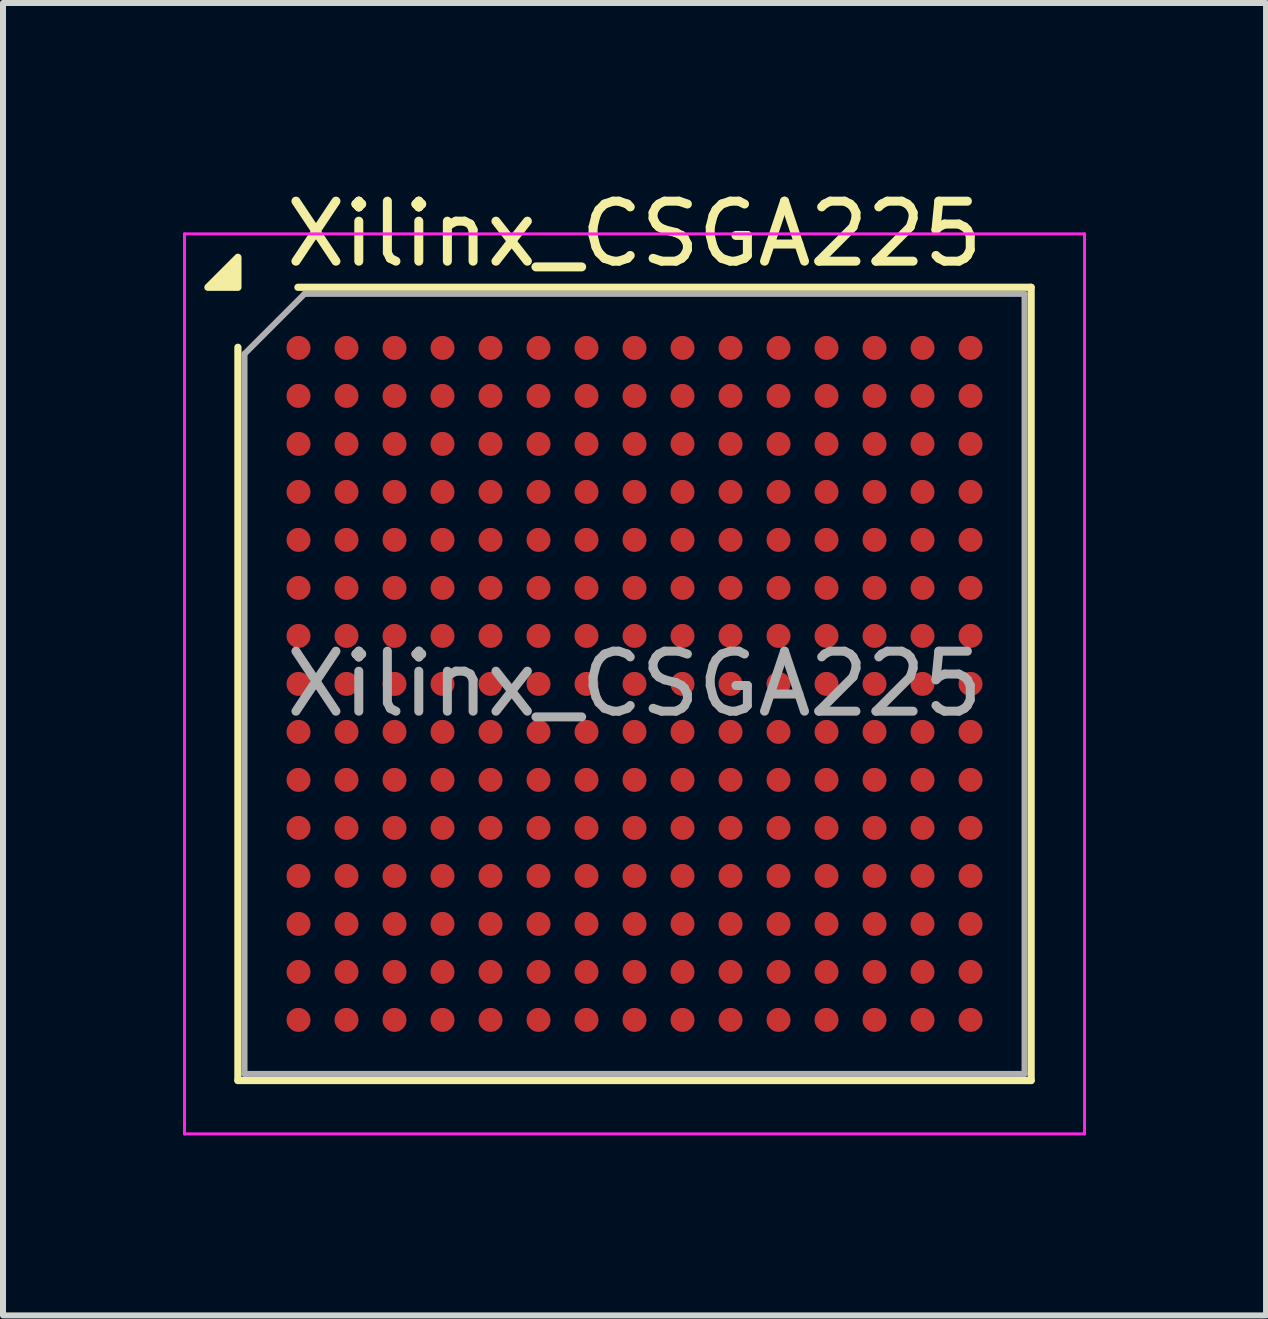
<source format=kicad_pcb>
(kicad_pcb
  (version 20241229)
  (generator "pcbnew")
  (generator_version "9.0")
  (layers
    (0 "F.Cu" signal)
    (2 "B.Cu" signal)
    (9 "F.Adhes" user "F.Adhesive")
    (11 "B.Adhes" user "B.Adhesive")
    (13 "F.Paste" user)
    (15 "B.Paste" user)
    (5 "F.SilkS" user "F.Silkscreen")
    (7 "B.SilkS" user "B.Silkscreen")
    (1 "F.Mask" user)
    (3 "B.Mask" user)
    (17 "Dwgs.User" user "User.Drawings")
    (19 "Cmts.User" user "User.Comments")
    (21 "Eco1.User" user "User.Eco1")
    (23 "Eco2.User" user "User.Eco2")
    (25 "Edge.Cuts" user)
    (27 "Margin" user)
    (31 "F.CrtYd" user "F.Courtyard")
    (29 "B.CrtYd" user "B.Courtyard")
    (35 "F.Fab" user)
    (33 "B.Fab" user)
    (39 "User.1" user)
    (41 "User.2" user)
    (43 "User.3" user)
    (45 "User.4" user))
  (footprint "Xilinx_CSGA225"
    (layer "F.Cu")
    (at 7.525 8.348)
    (property "Reference" "Xilinx_CSGA225" (at 0 -7.5 0) (layer "F.SilkS") (effects (font (size 1 1) (thickness 0.15))))
    (attr smd)
    (fp_line (start -6.61 6.61) (end -6.61 -5.61) (stroke (width 0.12) (type solid)) (layer "F.SilkS"))
    (fp_line (start -5.61 -6.61) (end 6.61 -6.61) (stroke (width 0.12) (type solid)) (layer "F.SilkS"))
    (fp_line (start 6.61 -6.61) (end 6.61 6.61) (stroke (width 0.12) (type solid)) (layer "F.SilkS"))
    (fp_line (start 6.61 6.61) (end -6.61 6.61) (stroke (width 0.12) (type solid)) (layer "F.SilkS"))
    (fp_poly (pts (xy -6.61 -6.61) (xy -7.11 -6.61) (xy -6.61 -7.11)) (stroke (width 0.12) (type solid)) (fill yes) (layer "F.SilkS"))
    (fp_line (start -7.5 -7.5) (end -7.5 7.5) (stroke (width 0.05) (type solid)) (layer "F.CrtYd"))
    (fp_line (start -7.5 7.5) (end 7.5 7.5) (stroke (width 0.05) (type solid)) (layer "F.CrtYd"))
    (fp_line (start 7.5 -7.5) (end -7.5 -7.5) (stroke (width 0.05) (type solid)) (layer "F.CrtYd"))
    (fp_line (start 7.5 7.5) (end 7.5 -7.5) (stroke (width 0.05) (type solid)) (layer "F.CrtYd"))
    (fp_line (start -6.5 -5.5) (end -5.5 -6.5) (stroke (width 0.1) (type solid)) (layer "F.Fab"))
    (fp_line (start -6.5 6.5) (end -6.5 -5.5) (stroke (width 0.1) (type solid)) (layer "F.Fab"))
    (fp_line (start -5.5 -6.5) (end 6.5 -6.5) (stroke (width 0.1) (type solid)) (layer "F.Fab"))
    (fp_line (start 6.5 -6.5) (end 6.5 6.5) (stroke (width 0.1) (type solid)) (layer "F.Fab"))
    (fp_line (start 6.5 6.5) (end -6.5 6.5) (stroke (width 0.1) (type solid)) (layer "F.Fab"))
    (fp_text user "${REFERENCE}" (at 0 0 0) (layer "F.Fab") (effects (font (size 1 1) (thickness 0.15))))
    (pad "A1" smd circle (at -5.6 -5.6) (size 0.4 0.4) (property pad_prop_bga) (layers "F.Cu" "F.Mask" "F.Paste"))
    (pad "A2" smd circle (at -4.8 -5.6) (size 0.4 0.4) (property pad_prop_bga) (layers "F.Cu" "F.Mask" "F.Paste"))
    (pad "A3" smd circle (at -4 -5.6) (size 0.4 0.4) (property pad_prop_bga) (layers "F.Cu" "F.Mask" "F.Paste"))
    (pad "A4" smd circle (at -3.2 -5.6) (size 0.4 0.4) (property pad_prop_bga) (layers "F.Cu" "F.Mask" "F.Paste"))
    (pad "A5" smd circle (at -2.4 -5.6) (size 0.4 0.4) (property pad_prop_bga) (layers "F.Cu" "F.Mask" "F.Paste"))
    (pad "A6" smd circle (at -1.6 -5.6) (size 0.4 0.4) (property pad_prop_bga) (layers "F.Cu" "F.Mask" "F.Paste"))
    (pad "A7" smd circle (at -0.8 -5.6) (size 0.4 0.4) (property pad_prop_bga) (layers "F.Cu" "F.Mask" "F.Paste"))
    (pad "A8" smd circle (at 0 -5.6) (size 0.4 0.4) (property pad_prop_bga) (layers "F.Cu" "F.Mask" "F.Paste"))
    (pad "A9" smd circle (at 0.8 -5.6) (size 0.4 0.4) (property pad_prop_bga) (layers "F.Cu" "F.Mask" "F.Paste"))
    (pad "A10" smd circle (at 1.6 -5.6) (size 0.4 0.4) (property pad_prop_bga) (layers "F.Cu" "F.Mask" "F.Paste"))
    (pad "A11" smd circle (at 2.4 -5.6) (size 0.4 0.4) (property pad_prop_bga) (layers "F.Cu" "F.Mask" "F.Paste"))
    (pad "A12" smd circle (at 3.2 -5.6) (size 0.4 0.4) (property pad_prop_bga) (layers "F.Cu" "F.Mask" "F.Paste"))
    (pad "A13" smd circle (at 4 -5.6) (size 0.4 0.4) (property pad_prop_bga) (layers "F.Cu" "F.Mask" "F.Paste"))
    (pad "A14" smd circle (at 4.8 -5.6) (size 0.4 0.4) (property pad_prop_bga) (layers "F.Cu" "F.Mask" "F.Paste"))
    (pad "A15" smd circle (at 5.6 -5.6) (size 0.4 0.4) (property pad_prop_bga) (layers "F.Cu" "F.Mask" "F.Paste"))
    (pad "B1" smd circle (at -5.6 -4.8) (size 0.4 0.4) (property pad_prop_bga) (layers "F.Cu" "F.Mask" "F.Paste"))
    (pad "B2" smd circle (at -4.8 -4.8) (size 0.4 0.4) (property pad_prop_bga) (layers "F.Cu" "F.Mask" "F.Paste"))
    (pad "B3" smd circle (at -4 -4.8) (size 0.4 0.4) (property pad_prop_bga) (layers "F.Cu" "F.Mask" "F.Paste"))
    (pad "B4" smd circle (at -3.2 -4.8) (size 0.4 0.4) (property pad_prop_bga) (layers "F.Cu" "F.Mask" "F.Paste"))
    (pad "B5" smd circle (at -2.4 -4.8) (size 0.4 0.4) (property pad_prop_bga) (layers "F.Cu" "F.Mask" "F.Paste"))
    (pad "B6" smd circle (at -1.6 -4.8) (size 0.4 0.4) (property pad_prop_bga) (layers "F.Cu" "F.Mask" "F.Paste"))
    (pad "B7" smd circle (at -0.8 -4.8) (size 0.4 0.4) (property pad_prop_bga) (layers "F.Cu" "F.Mask" "F.Paste"))
    (pad "B8" smd circle (at 0 -4.8) (size 0.4 0.4) (property pad_prop_bga) (layers "F.Cu" "F.Mask" "F.Paste"))
    (pad "B9" smd circle (at 0.8 -4.8) (size 0.4 0.4) (property pad_prop_bga) (layers "F.Cu" "F.Mask" "F.Paste"))
    (pad "B10" smd circle (at 1.6 -4.8) (size 0.4 0.4) (property pad_prop_bga) (layers "F.Cu" "F.Mask" "F.Paste"))
    (pad "B11" smd circle (at 2.4 -4.8) (size 0.4 0.4) (property pad_prop_bga) (layers "F.Cu" "F.Mask" "F.Paste"))
    (pad "B12" smd circle (at 3.2 -4.8) (size 0.4 0.4) (property pad_prop_bga) (layers "F.Cu" "F.Mask" "F.Paste"))
    (pad "B13" smd circle (at 4 -4.8) (size 0.4 0.4) (property pad_prop_bga) (layers "F.Cu" "F.Mask" "F.Paste"))
    (pad "B14" smd circle (at 4.8 -4.8) (size 0.4 0.4) (property pad_prop_bga) (layers "F.Cu" "F.Mask" "F.Paste"))
    (pad "B15" smd circle (at 5.6 -4.8) (size 0.4 0.4) (property pad_prop_bga) (layers "F.Cu" "F.Mask" "F.Paste"))
    (pad "C1" smd circle (at -5.6 -4) (size 0.4 0.4) (property pad_prop_bga) (layers "F.Cu" "F.Mask" "F.Paste"))
    (pad "C2" smd circle (at -4.8 -4) (size 0.4 0.4) (property pad_prop_bga) (layers "F.Cu" "F.Mask" "F.Paste"))
    (pad "C3" smd circle (at -4 -4) (size 0.4 0.4) (property pad_prop_bga) (layers "F.Cu" "F.Mask" "F.Paste"))
    (pad "C4" smd circle (at -3.2 -4) (size 0.4 0.4) (property pad_prop_bga) (layers "F.Cu" "F.Mask" "F.Paste"))
    (pad "C5" smd circle (at -2.4 -4) (size 0.4 0.4) (property pad_prop_bga) (layers "F.Cu" "F.Mask" "F.Paste"))
    (pad "C6" smd circle (at -1.6 -4) (size 0.4 0.4) (property pad_prop_bga) (layers "F.Cu" "F.Mask" "F.Paste"))
    (pad "C7" smd circle (at -0.8 -4) (size 0.4 0.4) (property pad_prop_bga) (layers "F.Cu" "F.Mask" "F.Paste"))
    (pad "C8" smd circle (at 0 -4) (size 0.4 0.4) (property pad_prop_bga) (layers "F.Cu" "F.Mask" "F.Paste"))
    (pad "C9" smd circle (at 0.8 -4) (size 0.4 0.4) (property pad_prop_bga) (layers "F.Cu" "F.Mask" "F.Paste"))
    (pad "C10" smd circle (at 1.6 -4) (size 0.4 0.4) (property pad_prop_bga) (layers "F.Cu" "F.Mask" "F.Paste"))
    (pad "C11" smd circle (at 2.4 -4) (size 0.4 0.4) (property pad_prop_bga) (layers "F.Cu" "F.Mask" "F.Paste"))
    (pad "C12" smd circle (at 3.2 -4) (size 0.4 0.4) (property pad_prop_bga) (layers "F.Cu" "F.Mask" "F.Paste"))
    (pad "C13" smd circle (at 4 -4) (size 0.4 0.4) (property pad_prop_bga) (layers "F.Cu" "F.Mask" "F.Paste"))
    (pad "C14" smd circle (at 4.8 -4) (size 0.4 0.4) (property pad_prop_bga) (layers "F.Cu" "F.Mask" "F.Paste"))
    (pad "C15" smd circle (at 5.6 -4) (size 0.4 0.4) (property pad_prop_bga) (layers "F.Cu" "F.Mask" "F.Paste"))
    (pad "D1" smd circle (at -5.6 -3.2) (size 0.4 0.4) (property pad_prop_bga) (layers "F.Cu" "F.Mask" "F.Paste"))
    (pad "D2" smd circle (at -4.8 -3.2) (size 0.4 0.4) (property pad_prop_bga) (layers "F.Cu" "F.Mask" "F.Paste"))
    (pad "D3" smd circle (at -4 -3.2) (size 0.4 0.4) (property pad_prop_bga) (layers "F.Cu" "F.Mask" "F.Paste"))
    (pad "D4" smd circle (at -3.2 -3.2) (size 0.4 0.4) (property pad_prop_bga) (layers "F.Cu" "F.Mask" "F.Paste"))
    (pad "D5" smd circle (at -2.4 -3.2) (size 0.4 0.4) (property pad_prop_bga) (layers "F.Cu" "F.Mask" "F.Paste"))
    (pad "D6" smd circle (at -1.6 -3.2) (size 0.4 0.4) (property pad_prop_bga) (layers "F.Cu" "F.Mask" "F.Paste"))
    (pad "D7" smd circle (at -0.8 -3.2) (size 0.4 0.4) (property pad_prop_bga) (layers "F.Cu" "F.Mask" "F.Paste"))
    (pad "D8" smd circle (at 0 -3.2) (size 0.4 0.4) (property pad_prop_bga) (layers "F.Cu" "F.Mask" "F.Paste"))
    (pad "D9" smd circle (at 0.8 -3.2) (size 0.4 0.4) (property pad_prop_bga) (layers "F.Cu" "F.Mask" "F.Paste"))
    (pad "D10" smd circle (at 1.6 -3.2) (size 0.4 0.4) (property pad_prop_bga) (layers "F.Cu" "F.Mask" "F.Paste"))
    (pad "D11" smd circle (at 2.4 -3.2) (size 0.4 0.4) (property pad_prop_bga) (layers "F.Cu" "F.Mask" "F.Paste"))
    (pad "D12" smd circle (at 3.2 -3.2) (size 0.4 0.4) (property pad_prop_bga) (layers "F.Cu" "F.Mask" "F.Paste"))
    (pad "D13" smd circle (at 4 -3.2) (size 0.4 0.4) (property pad_prop_bga) (layers "F.Cu" "F.Mask" "F.Paste"))
    (pad "D14" smd circle (at 4.8 -3.2) (size 0.4 0.4) (property pad_prop_bga) (layers "F.Cu" "F.Mask" "F.Paste"))
    (pad "D15" smd circle (at 5.6 -3.2) (size 0.4 0.4) (property pad_prop_bga) (layers "F.Cu" "F.Mask" "F.Paste"))
    (pad "E1" smd circle (at -5.6 -2.4) (size 0.4 0.4) (property pad_prop_bga) (layers "F.Cu" "F.Mask" "F.Paste"))
    (pad "E2" smd circle (at -4.8 -2.4) (size 0.4 0.4) (property pad_prop_bga) (layers "F.Cu" "F.Mask" "F.Paste"))
    (pad "E3" smd circle (at -4 -2.4) (size 0.4 0.4) (property pad_prop_bga) (layers "F.Cu" "F.Mask" "F.Paste"))
    (pad "E4" smd circle (at -3.2 -2.4) (size 0.4 0.4) (property pad_prop_bga) (layers "F.Cu" "F.Mask" "F.Paste"))
    (pad "E5" smd circle (at -2.4 -2.4) (size 0.4 0.4) (property pad_prop_bga) (layers "F.Cu" "F.Mask" "F.Paste"))
    (pad "E6" smd circle (at -1.6 -2.4) (size 0.4 0.4) (property pad_prop_bga) (layers "F.Cu" "F.Mask" "F.Paste"))
    (pad "E7" smd circle (at -0.8 -2.4) (size 0.4 0.4) (property pad_prop_bga) (layers "F.Cu" "F.Mask" "F.Paste"))
    (pad "E8" smd circle (at 0 -2.4) (size 0.4 0.4) (property pad_prop_bga) (layers "F.Cu" "F.Mask" "F.Paste"))
    (pad "E9" smd circle (at 0.8 -2.4) (size 0.4 0.4) (property pad_prop_bga) (layers "F.Cu" "F.Mask" "F.Paste"))
    (pad "E10" smd circle (at 1.6 -2.4) (size 0.4 0.4) (property pad_prop_bga) (layers "F.Cu" "F.Mask" "F.Paste"))
    (pad "E11" smd circle (at 2.4 -2.4) (size 0.4 0.4) (property pad_prop_bga) (layers "F.Cu" "F.Mask" "F.Paste"))
    (pad "E12" smd circle (at 3.2 -2.4) (size 0.4 0.4) (property pad_prop_bga) (layers "F.Cu" "F.Mask" "F.Paste"))
    (pad "E13" smd circle (at 4 -2.4) (size 0.4 0.4) (property pad_prop_bga) (layers "F.Cu" "F.Mask" "F.Paste"))
    (pad "E14" smd circle (at 4.8 -2.4) (size 0.4 0.4) (property pad_prop_bga) (layers "F.Cu" "F.Mask" "F.Paste"))
    (pad "E15" smd circle (at 5.6 -2.4) (size 0.4 0.4) (property pad_prop_bga) (layers "F.Cu" "F.Mask" "F.Paste"))
    (pad "F1" smd circle (at -5.6 -1.6) (size 0.4 0.4) (property pad_prop_bga) (layers "F.Cu" "F.Mask" "F.Paste"))
    (pad "F2" smd circle (at -4.8 -1.6) (size 0.4 0.4) (property pad_prop_bga) (layers "F.Cu" "F.Mask" "F.Paste"))
    (pad "F3" smd circle (at -4 -1.6) (size 0.4 0.4) (property pad_prop_bga) (layers "F.Cu" "F.Mask" "F.Paste"))
    (pad "F4" smd circle (at -3.2 -1.6) (size 0.4 0.4) (property pad_prop_bga) (layers "F.Cu" "F.Mask" "F.Paste"))
    (pad "F5" smd circle (at -2.4 -1.6) (size 0.4 0.4) (property pad_prop_bga) (layers "F.Cu" "F.Mask" "F.Paste"))
    (pad "F6" smd circle (at -1.6 -1.6) (size 0.4 0.4) (property pad_prop_bga) (layers "F.Cu" "F.Mask" "F.Paste"))
    (pad "F7" smd circle (at -0.8 -1.6) (size 0.4 0.4) (property pad_prop_bga) (layers "F.Cu" "F.Mask" "F.Paste"))
    (pad "F8" smd circle (at 0 -1.6) (size 0.4 0.4) (property pad_prop_bga) (layers "F.Cu" "F.Mask" "F.Paste"))
    (pad "F9" smd circle (at 0.8 -1.6) (size 0.4 0.4) (property pad_prop_bga) (layers "F.Cu" "F.Mask" "F.Paste"))
    (pad "F10" smd circle (at 1.6 -1.6) (size 0.4 0.4) (property pad_prop_bga) (layers "F.Cu" "F.Mask" "F.Paste"))
    (pad "F11" smd circle (at 2.4 -1.6) (size 0.4 0.4) (property pad_prop_bga) (layers "F.Cu" "F.Mask" "F.Paste"))
    (pad "F12" smd circle (at 3.2 -1.6) (size 0.4 0.4) (property pad_prop_bga) (layers "F.Cu" "F.Mask" "F.Paste"))
    (pad "F13" smd circle (at 4 -1.6) (size 0.4 0.4) (property pad_prop_bga) (layers "F.Cu" "F.Mask" "F.Paste"))
    (pad "F14" smd circle (at 4.8 -1.6) (size 0.4 0.4) (property pad_prop_bga) (layers "F.Cu" "F.Mask" "F.Paste"))
    (pad "F15" smd circle (at 5.6 -1.6) (size 0.4 0.4) (property pad_prop_bga) (layers "F.Cu" "F.Mask" "F.Paste"))
    (pad "G1" smd circle (at -5.6 -0.8) (size 0.4 0.4) (property pad_prop_bga) (layers "F.Cu" "F.Mask" "F.Paste"))
    (pad "G2" smd circle (at -4.8 -0.8) (size 0.4 0.4) (property pad_prop_bga) (layers "F.Cu" "F.Mask" "F.Paste"))
    (pad "G3" smd circle (at -4 -0.8) (size 0.4 0.4) (property pad_prop_bga) (layers "F.Cu" "F.Mask" "F.Paste"))
    (pad "G4" smd circle (at -3.2 -0.8) (size 0.4 0.4) (property pad_prop_bga) (layers "F.Cu" "F.Mask" "F.Paste"))
    (pad "G5" smd circle (at -2.4 -0.8) (size 0.4 0.4) (property pad_prop_bga) (layers "F.Cu" "F.Mask" "F.Paste"))
    (pad "G6" smd circle (at -1.6 -0.8) (size 0.4 0.4) (property pad_prop_bga) (layers "F.Cu" "F.Mask" "F.Paste"))
    (pad "G7" smd circle (at -0.8 -0.8) (size 0.4 0.4) (property pad_prop_bga) (layers "F.Cu" "F.Mask" "F.Paste"))
    (pad "G8" smd circle (at 0 -0.8) (size 0.4 0.4) (property pad_prop_bga) (layers "F.Cu" "F.Mask" "F.Paste"))
    (pad "G9" smd circle (at 0.8 -0.8) (size 0.4 0.4) (property pad_prop_bga) (layers "F.Cu" "F.Mask" "F.Paste"))
    (pad "G10" smd circle (at 1.6 -0.8) (size 0.4 0.4) (property pad_prop_bga) (layers "F.Cu" "F.Mask" "F.Paste"))
    (pad "G11" smd circle (at 2.4 -0.8) (size 0.4 0.4) (property pad_prop_bga) (layers "F.Cu" "F.Mask" "F.Paste"))
    (pad "G12" smd circle (at 3.2 -0.8) (size 0.4 0.4) (property pad_prop_bga) (layers "F.Cu" "F.Mask" "F.Paste"))
    (pad "G13" smd circle (at 4 -0.8) (size 0.4 0.4) (property pad_prop_bga) (layers "F.Cu" "F.Mask" "F.Paste"))
    (pad "G14" smd circle (at 4.8 -0.8) (size 0.4 0.4) (property pad_prop_bga) (layers "F.Cu" "F.Mask" "F.Paste"))
    (pad "G15" smd circle (at 5.6 -0.8) (size 0.4 0.4) (property pad_prop_bga) (layers "F.Cu" "F.Mask" "F.Paste"))
    (pad "H1" smd circle (at -5.6 0) (size 0.4 0.4) (property pad_prop_bga) (layers "F.Cu" "F.Mask" "F.Paste"))
    (pad "H2" smd circle (at -4.8 0) (size 0.4 0.4) (property pad_prop_bga) (layers "F.Cu" "F.Mask" "F.Paste"))
    (pad "H3" smd circle (at -4 0) (size 0.4 0.4) (property pad_prop_bga) (layers "F.Cu" "F.Mask" "F.Paste"))
    (pad "H4" smd circle (at -3.2 0) (size 0.4 0.4) (property pad_prop_bga) (layers "F.Cu" "F.Mask" "F.Paste"))
    (pad "H5" smd circle (at -2.4 0) (size 0.4 0.4) (property pad_prop_bga) (layers "F.Cu" "F.Mask" "F.Paste"))
    (pad "H6" smd circle (at -1.6 0) (size 0.4 0.4) (property pad_prop_bga) (layers "F.Cu" "F.Mask" "F.Paste"))
    (pad "H7" smd circle (at -0.8 0) (size 0.4 0.4) (property pad_prop_bga) (layers "F.Cu" "F.Mask" "F.Paste"))
    (pad "H8" smd circle (at 0 0) (size 0.4 0.4) (property pad_prop_bga) (layers "F.Cu" "F.Mask" "F.Paste"))
    (pad "H9" smd circle (at 0.8 0) (size 0.4 0.4) (property pad_prop_bga) (layers "F.Cu" "F.Mask" "F.Paste"))
    (pad "H10" smd circle (at 1.6 0) (size 0.4 0.4) (property pad_prop_bga) (layers "F.Cu" "F.Mask" "F.Paste"))
    (pad "H11" smd circle (at 2.4 0) (size 0.4 0.4) (property pad_prop_bga) (layers "F.Cu" "F.Mask" "F.Paste"))
    (pad "H12" smd circle (at 3.2 0) (size 0.4 0.4) (property pad_prop_bga) (layers "F.Cu" "F.Mask" "F.Paste"))
    (pad "H13" smd circle (at 4 0) (size 0.4 0.4) (property pad_prop_bga) (layers "F.Cu" "F.Mask" "F.Paste"))
    (pad "H14" smd circle (at 4.8 0) (size 0.4 0.4) (property pad_prop_bga) (layers "F.Cu" "F.Mask" "F.Paste"))
    (pad "H15" smd circle (at 5.6 0) (size 0.4 0.4) (property pad_prop_bga) (layers "F.Cu" "F.Mask" "F.Paste"))
    (pad "J1" smd circle (at -5.6 0.8) (size 0.4 0.4) (property pad_prop_bga) (layers "F.Cu" "F.Mask" "F.Paste"))
    (pad "J2" smd circle (at -4.8 0.8) (size 0.4 0.4) (property pad_prop_bga) (layers "F.Cu" "F.Mask" "F.Paste"))
    (pad "J3" smd circle (at -4 0.8) (size 0.4 0.4) (property pad_prop_bga) (layers "F.Cu" "F.Mask" "F.Paste"))
    (pad "J4" smd circle (at -3.2 0.8) (size 0.4 0.4) (property pad_prop_bga) (layers "F.Cu" "F.Mask" "F.Paste"))
    (pad "J5" smd circle (at -2.4 0.8) (size 0.4 0.4) (property pad_prop_bga) (layers "F.Cu" "F.Mask" "F.Paste"))
    (pad "J6" smd circle (at -1.6 0.8) (size 0.4 0.4) (property pad_prop_bga) (layers "F.Cu" "F.Mask" "F.Paste"))
    (pad "J7" smd circle (at -0.8 0.8) (size 0.4 0.4) (property pad_prop_bga) (layers "F.Cu" "F.Mask" "F.Paste"))
    (pad "J8" smd circle (at 0 0.8) (size 0.4 0.4) (property pad_prop_bga) (layers "F.Cu" "F.Mask" "F.Paste"))
    (pad "J9" smd circle (at 0.8 0.8) (size 0.4 0.4) (property pad_prop_bga) (layers "F.Cu" "F.Mask" "F.Paste"))
    (pad "J10" smd circle (at 1.6 0.8) (size 0.4 0.4) (property pad_prop_bga) (layers "F.Cu" "F.Mask" "F.Paste"))
    (pad "J11" smd circle (at 2.4 0.8) (size 0.4 0.4) (property pad_prop_bga) (layers "F.Cu" "F.Mask" "F.Paste"))
    (pad "J12" smd circle (at 3.2 0.8) (size 0.4 0.4) (property pad_prop_bga) (layers "F.Cu" "F.Mask" "F.Paste"))
    (pad "J13" smd circle (at 4 0.8) (size 0.4 0.4) (property pad_prop_bga) (layers "F.Cu" "F.Mask" "F.Paste"))
    (pad "J14" smd circle (at 4.8 0.8) (size 0.4 0.4) (property pad_prop_bga) (layers "F.Cu" "F.Mask" "F.Paste"))
    (pad "J15" smd circle (at 5.6 0.8) (size 0.4 0.4) (property pad_prop_bga) (layers "F.Cu" "F.Mask" "F.Paste"))
    (pad "K1" smd circle (at -5.6 1.6) (size 0.4 0.4) (property pad_prop_bga) (layers "F.Cu" "F.Mask" "F.Paste"))
    (pad "K2" smd circle (at -4.8 1.6) (size 0.4 0.4) (property pad_prop_bga) (layers "F.Cu" "F.Mask" "F.Paste"))
    (pad "K3" smd circle (at -4 1.6) (size 0.4 0.4) (property pad_prop_bga) (layers "F.Cu" "F.Mask" "F.Paste"))
    (pad "K4" smd circle (at -3.2 1.6) (size 0.4 0.4) (property pad_prop_bga) (layers "F.Cu" "F.Mask" "F.Paste"))
    (pad "K5" smd circle (at -2.4 1.6) (size 0.4 0.4) (property pad_prop_bga) (layers "F.Cu" "F.Mask" "F.Paste"))
    (pad "K6" smd circle (at -1.6 1.6) (size 0.4 0.4) (property pad_prop_bga) (layers "F.Cu" "F.Mask" "F.Paste"))
    (pad "K7" smd circle (at -0.8 1.6) (size 0.4 0.4) (property pad_prop_bga) (layers "F.Cu" "F.Mask" "F.Paste"))
    (pad "K8" smd circle (at 0 1.6) (size 0.4 0.4) (property pad_prop_bga) (layers "F.Cu" "F.Mask" "F.Paste"))
    (pad "K9" smd circle (at 0.8 1.6) (size 0.4 0.4) (property pad_prop_bga) (layers "F.Cu" "F.Mask" "F.Paste"))
    (pad "K10" smd circle (at 1.6 1.6) (size 0.4 0.4) (property pad_prop_bga) (layers "F.Cu" "F.Mask" "F.Paste"))
    (pad "K11" smd circle (at 2.4 1.6) (size 0.4 0.4) (property pad_prop_bga) (layers "F.Cu" "F.Mask" "F.Paste"))
    (pad "K12" smd circle (at 3.2 1.6) (size 0.4 0.4) (property pad_prop_bga) (layers "F.Cu" "F.Mask" "F.Paste"))
    (pad "K13" smd circle (at 4 1.6) (size 0.4 0.4) (property pad_prop_bga) (layers "F.Cu" "F.Mask" "F.Paste"))
    (pad "K14" smd circle (at 4.8 1.6) (size 0.4 0.4) (property pad_prop_bga) (layers "F.Cu" "F.Mask" "F.Paste"))
    (pad "K15" smd circle (at 5.6 1.6) (size 0.4 0.4) (property pad_prop_bga) (layers "F.Cu" "F.Mask" "F.Paste"))
    (pad "L1" smd circle (at -5.6 2.4) (size 0.4 0.4) (property pad_prop_bga) (layers "F.Cu" "F.Mask" "F.Paste"))
    (pad "L2" smd circle (at -4.8 2.4) (size 0.4 0.4) (property pad_prop_bga) (layers "F.Cu" "F.Mask" "F.Paste"))
    (pad "L3" smd circle (at -4 2.4) (size 0.4 0.4) (property pad_prop_bga) (layers "F.Cu" "F.Mask" "F.Paste"))
    (pad "L4" smd circle (at -3.2 2.4) (size 0.4 0.4) (property pad_prop_bga) (layers "F.Cu" "F.Mask" "F.Paste"))
    (pad "L5" smd circle (at -2.4 2.4) (size 0.4 0.4) (property pad_prop_bga) (layers "F.Cu" "F.Mask" "F.Paste"))
    (pad "L6" smd circle (at -1.6 2.4) (size 0.4 0.4) (property pad_prop_bga) (layers "F.Cu" "F.Mask" "F.Paste"))
    (pad "L7" smd circle (at -0.8 2.4) (size 0.4 0.4) (property pad_prop_bga) (layers "F.Cu" "F.Mask" "F.Paste"))
    (pad "L8" smd circle (at 0 2.4) (size 0.4 0.4) (property pad_prop_bga) (layers "F.Cu" "F.Mask" "F.Paste"))
    (pad "L9" smd circle (at 0.8 2.4) (size 0.4 0.4) (property pad_prop_bga) (layers "F.Cu" "F.Mask" "F.Paste"))
    (pad "L10" smd circle (at 1.6 2.4) (size 0.4 0.4) (property pad_prop_bga) (layers "F.Cu" "F.Mask" "F.Paste"))
    (pad "L11" smd circle (at 2.4 2.4) (size 0.4 0.4) (property pad_prop_bga) (layers "F.Cu" "F.Mask" "F.Paste"))
    (pad "L12" smd circle (at 3.2 2.4) (size 0.4 0.4) (property pad_prop_bga) (layers "F.Cu" "F.Mask" "F.Paste"))
    (pad "L13" smd circle (at 4 2.4) (size 0.4 0.4) (property pad_prop_bga) (layers "F.Cu" "F.Mask" "F.Paste"))
    (pad "L14" smd circle (at 4.8 2.4) (size 0.4 0.4) (property pad_prop_bga) (layers "F.Cu" "F.Mask" "F.Paste"))
    (pad "L15" smd circle (at 5.6 2.4) (size 0.4 0.4) (property pad_prop_bga) (layers "F.Cu" "F.Mask" "F.Paste"))
    (pad "M1" smd circle (at -5.6 3.2) (size 0.4 0.4) (property pad_prop_bga) (layers "F.Cu" "F.Mask" "F.Paste"))
    (pad "M2" smd circle (at -4.8 3.2) (size 0.4 0.4) (property pad_prop_bga) (layers "F.Cu" "F.Mask" "F.Paste"))
    (pad "M3" smd circle (at -4 3.2) (size 0.4 0.4) (property pad_prop_bga) (layers "F.Cu" "F.Mask" "F.Paste"))
    (pad "M4" smd circle (at -3.2 3.2) (size 0.4 0.4) (property pad_prop_bga) (layers "F.Cu" "F.Mask" "F.Paste"))
    (pad "M5" smd circle (at -2.4 3.2) (size 0.4 0.4) (property pad_prop_bga) (layers "F.Cu" "F.Mask" "F.Paste"))
    (pad "M6" smd circle (at -1.6 3.2) (size 0.4 0.4) (property pad_prop_bga) (layers "F.Cu" "F.Mask" "F.Paste"))
    (pad "M7" smd circle (at -0.8 3.2) (size 0.4 0.4) (property pad_prop_bga) (layers "F.Cu" "F.Mask" "F.Paste"))
    (pad "M8" smd circle (at 0 3.2) (size 0.4 0.4) (property pad_prop_bga) (layers "F.Cu" "F.Mask" "F.Paste"))
    (pad "M9" smd circle (at 0.8 3.2) (size 0.4 0.4) (property pad_prop_bga) (layers "F.Cu" "F.Mask" "F.Paste"))
    (pad "M10" smd circle (at 1.6 3.2) (size 0.4 0.4) (property pad_prop_bga) (layers "F.Cu" "F.Mask" "F.Paste"))
    (pad "M11" smd circle (at 2.4 3.2) (size 0.4 0.4) (property pad_prop_bga) (layers "F.Cu" "F.Mask" "F.Paste"))
    (pad "M12" smd circle (at 3.2 3.2) (size 0.4 0.4) (property pad_prop_bga) (layers "F.Cu" "F.Mask" "F.Paste"))
    (pad "M13" smd circle (at 4 3.2) (size 0.4 0.4) (property pad_prop_bga) (layers "F.Cu" "F.Mask" "F.Paste"))
    (pad "M14" smd circle (at 4.8 3.2) (size 0.4 0.4) (property pad_prop_bga) (layers "F.Cu" "F.Mask" "F.Paste"))
    (pad "M15" smd circle (at 5.6 3.2) (size 0.4 0.4) (property pad_prop_bga) (layers "F.Cu" "F.Mask" "F.Paste"))
    (pad "N1" smd circle (at -5.6 4) (size 0.4 0.4) (property pad_prop_bga) (layers "F.Cu" "F.Mask" "F.Paste"))
    (pad "N2" smd circle (at -4.8 4) (size 0.4 0.4) (property pad_prop_bga) (layers "F.Cu" "F.Mask" "F.Paste"))
    (pad "N3" smd circle (at -4 4) (size 0.4 0.4) (property pad_prop_bga) (layers "F.Cu" "F.Mask" "F.Paste"))
    (pad "N4" smd circle (at -3.2 4) (size 0.4 0.4) (property pad_prop_bga) (layers "F.Cu" "F.Mask" "F.Paste"))
    (pad "N5" smd circle (at -2.4 4) (size 0.4 0.4) (property pad_prop_bga) (layers "F.Cu" "F.Mask" "F.Paste"))
    (pad "N6" smd circle (at -1.6 4) (size 0.4 0.4) (property pad_prop_bga) (layers "F.Cu" "F.Mask" "F.Paste"))
    (pad "N7" smd circle (at -0.8 4) (size 0.4 0.4) (property pad_prop_bga) (layers "F.Cu" "F.Mask" "F.Paste"))
    (pad "N8" smd circle (at 0 4) (size 0.4 0.4) (property pad_prop_bga) (layers "F.Cu" "F.Mask" "F.Paste"))
    (pad "N9" smd circle (at 0.8 4) (size 0.4 0.4) (property pad_prop_bga) (layers "F.Cu" "F.Mask" "F.Paste"))
    (pad "N10" smd circle (at 1.6 4) (size 0.4 0.4) (property pad_prop_bga) (layers "F.Cu" "F.Mask" "F.Paste"))
    (pad "N11" smd circle (at 2.4 4) (size 0.4 0.4) (property pad_prop_bga) (layers "F.Cu" "F.Mask" "F.Paste"))
    (pad "N12" smd circle (at 3.2 4) (size 0.4 0.4) (property pad_prop_bga) (layers "F.Cu" "F.Mask" "F.Paste"))
    (pad "N13" smd circle (at 4 4) (size 0.4 0.4) (property pad_prop_bga) (layers "F.Cu" "F.Mask" "F.Paste"))
    (pad "N14" smd circle (at 4.8 4) (size 0.4 0.4) (property pad_prop_bga) (layers "F.Cu" "F.Mask" "F.Paste"))
    (pad "N15" smd circle (at 5.6 4) (size 0.4 0.4) (property pad_prop_bga) (layers "F.Cu" "F.Mask" "F.Paste"))
    (pad "P1" smd circle (at -5.6 4.8) (size 0.4 0.4) (property pad_prop_bga) (layers "F.Cu" "F.Mask" "F.Paste"))
    (pad "P2" smd circle (at -4.8 4.8) (size 0.4 0.4) (property pad_prop_bga) (layers "F.Cu" "F.Mask" "F.Paste"))
    (pad "P3" smd circle (at -4 4.8) (size 0.4 0.4) (property pad_prop_bga) (layers "F.Cu" "F.Mask" "F.Paste"))
    (pad "P4" smd circle (at -3.2 4.8) (size 0.4 0.4) (property pad_prop_bga) (layers "F.Cu" "F.Mask" "F.Paste"))
    (pad "P5" smd circle (at -2.4 4.8) (size 0.4 0.4) (property pad_prop_bga) (layers "F.Cu" "F.Mask" "F.Paste"))
    (pad "P6" smd circle (at -1.6 4.8) (size 0.4 0.4) (property pad_prop_bga) (layers "F.Cu" "F.Mask" "F.Paste"))
    (pad "P7" smd circle (at -0.8 4.8) (size 0.4 0.4) (property pad_prop_bga) (layers "F.Cu" "F.Mask" "F.Paste"))
    (pad "P8" smd circle (at 0 4.8) (size 0.4 0.4) (property pad_prop_bga) (layers "F.Cu" "F.Mask" "F.Paste"))
    (pad "P9" smd circle (at 0.8 4.8) (size 0.4 0.4) (property pad_prop_bga) (layers "F.Cu" "F.Mask" "F.Paste"))
    (pad "P10" smd circle (at 1.6 4.8) (size 0.4 0.4) (property pad_prop_bga) (layers "F.Cu" "F.Mask" "F.Paste"))
    (pad "P11" smd circle (at 2.4 4.8) (size 0.4 0.4) (property pad_prop_bga) (layers "F.Cu" "F.Mask" "F.Paste"))
    (pad "P12" smd circle (at 3.2 4.8) (size 0.4 0.4) (property pad_prop_bga) (layers "F.Cu" "F.Mask" "F.Paste"))
    (pad "P13" smd circle (at 4 4.8) (size 0.4 0.4) (property pad_prop_bga) (layers "F.Cu" "F.Mask" "F.Paste"))
    (pad "P14" smd circle (at 4.8 4.8) (size 0.4 0.4) (property pad_prop_bga) (layers "F.Cu" "F.Mask" "F.Paste"))
    (pad "P15" smd circle (at 5.6 4.8) (size 0.4 0.4) (property pad_prop_bga) (layers "F.Cu" "F.Mask" "F.Paste"))
    (pad "R1" smd circle (at -5.6 5.6) (size 0.4 0.4) (property pad_prop_bga) (layers "F.Cu" "F.Mask" "F.Paste"))
    (pad "R2" smd circle (at -4.8 5.6) (size 0.4 0.4) (property pad_prop_bga) (layers "F.Cu" "F.Mask" "F.Paste"))
    (pad "R3" smd circle (at -4 5.6) (size 0.4 0.4) (property pad_prop_bga) (layers "F.Cu" "F.Mask" "F.Paste"))
    (pad "R4" smd circle (at -3.2 5.6) (size 0.4 0.4) (property pad_prop_bga) (layers "F.Cu" "F.Mask" "F.Paste"))
    (pad "R5" smd circle (at -2.4 5.6) (size 0.4 0.4) (property pad_prop_bga) (layers "F.Cu" "F.Mask" "F.Paste"))
    (pad "R6" smd circle (at -1.6 5.6) (size 0.4 0.4) (property pad_prop_bga) (layers "F.Cu" "F.Mask" "F.Paste"))
    (pad "R7" smd circle (at -0.8 5.6) (size 0.4 0.4) (property pad_prop_bga) (layers "F.Cu" "F.Mask" "F.Paste"))
    (pad "R8" smd circle (at 0 5.6) (size 0.4 0.4) (property pad_prop_bga) (layers "F.Cu" "F.Mask" "F.Paste"))
    (pad "R9" smd circle (at 0.8 5.6) (size 0.4 0.4) (property pad_prop_bga) (layers "F.Cu" "F.Mask" "F.Paste"))
    (pad "R10" smd circle (at 1.6 5.6) (size 0.4 0.4) (property pad_prop_bga) (layers "F.Cu" "F.Mask" "F.Paste"))
    (pad "R11" smd circle (at 2.4 5.6) (size 0.4 0.4) (property pad_prop_bga) (layers "F.Cu" "F.Mask" "F.Paste"))
    (pad "R12" smd circle (at 3.2 5.6) (size 0.4 0.4) (property pad_prop_bga) (layers "F.Cu" "F.Mask" "F.Paste"))
    (pad "R13" smd circle (at 4 5.6) (size 0.4 0.4) (property pad_prop_bga) (layers "F.Cu" "F.Mask" "F.Paste"))
    (pad "R14" smd circle (at 4.8 5.6) (size 0.4 0.4) (property pad_prop_bga) (layers "F.Cu" "F.Mask" "F.Paste"))
    (pad "R15" smd circle (at 5.6 5.6) (size 0.4 0.4) (property pad_prop_bga) (layers "F.Cu" "F.Mask" "F.Paste")))
  (gr_rect
    (start -3 -3)
    (end 18.05 18.873)
    (stroke (width 0.1) (type default))
    (fill no)
    (layer "Edge.Cuts")))
</source>
